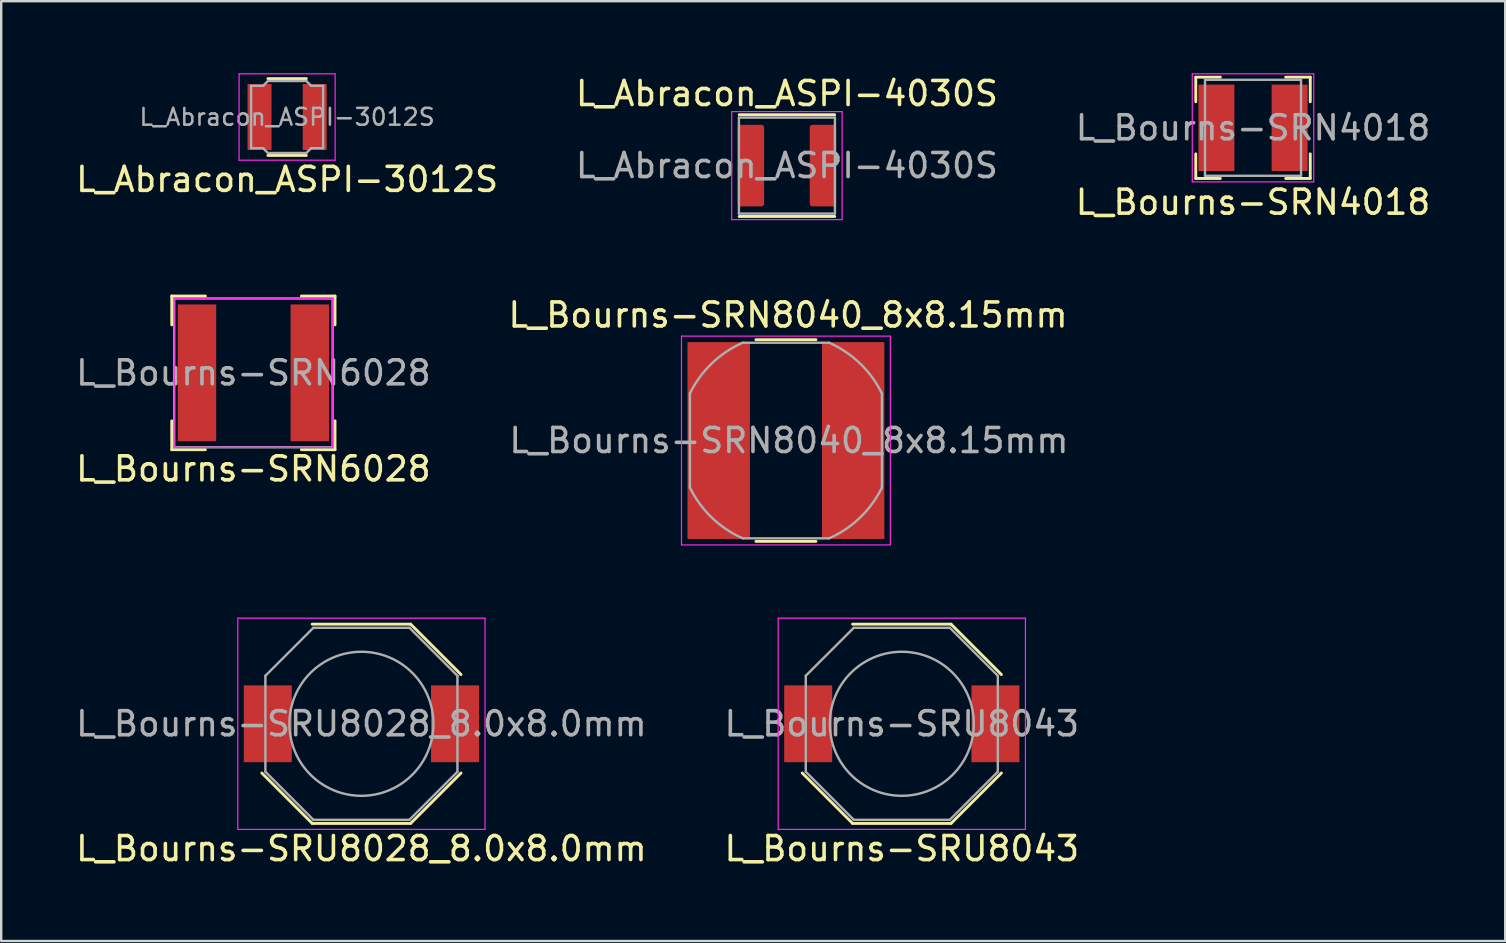
<source format=kicad_pcb>
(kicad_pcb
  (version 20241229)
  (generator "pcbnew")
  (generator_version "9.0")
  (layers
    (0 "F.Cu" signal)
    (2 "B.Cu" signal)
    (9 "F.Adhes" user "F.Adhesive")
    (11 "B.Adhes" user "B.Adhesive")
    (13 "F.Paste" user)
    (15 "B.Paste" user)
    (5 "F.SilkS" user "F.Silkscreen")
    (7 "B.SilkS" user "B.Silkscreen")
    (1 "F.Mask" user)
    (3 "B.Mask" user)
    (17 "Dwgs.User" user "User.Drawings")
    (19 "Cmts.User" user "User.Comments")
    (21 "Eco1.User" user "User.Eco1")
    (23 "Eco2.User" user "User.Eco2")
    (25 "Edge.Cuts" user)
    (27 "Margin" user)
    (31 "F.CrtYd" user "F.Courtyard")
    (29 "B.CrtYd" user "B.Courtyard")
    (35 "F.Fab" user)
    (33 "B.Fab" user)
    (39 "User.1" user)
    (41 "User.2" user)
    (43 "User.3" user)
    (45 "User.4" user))
  (footprint "L_Abracon_ASPI-4030S"
    (layer "F.Cu")
    (at 29.732 3.848)
    (property "Reference" "L_Abracon_ASPI-4030S" (at 0 -3 0) (layer "F.SilkS") (effects (font (size 1 1) (thickness 0.15))))
    (attr smd)
    (fp_line (start -1.99 -2.12) (end 1.99 -2.12) (stroke (width 0.12) (type solid)) (layer "F.SilkS"))
    (fp_line (start -1.99 2.12) (end 1.99 2.12) (stroke (width 0.12) (type solid)) (layer "F.SilkS"))
    (fp_line (start -2.3 -2.25) (end -2.3 2.25) (stroke (width 0.05) (type solid)) (layer "F.CrtYd"))
    (fp_line (start -2.3 2.25) (end 2.3 2.25) (stroke (width 0.05) (type solid)) (layer "F.CrtYd"))
    (fp_line (start 2.3 -2.25) (end -2.3 -2.25) (stroke (width 0.05) (type solid)) (layer "F.CrtYd"))
    (fp_line (start 2.3 2.25) (end 2.3 -2.25) (stroke (width 0.05) (type solid)) (layer "F.CrtYd"))
    (fp_line (start -2 -2) (end 2 -2) (stroke (width 0.1) (type solid)) (layer "F.Fab"))
    (fp_line (start -2 2) (end -2 -2) (stroke (width 0.1) (type solid)) (layer "F.Fab"))
    (fp_line (start 2 -2) (end 2 2) (stroke (width 0.1) (type solid)) (layer "F.Fab"))
    (fp_line (start 2 2) (end -2 2) (stroke (width 0.1) (type solid)) (layer "F.Fab"))
    (fp_text user "${REFERENCE}" (at 0 0 0) (layer "F.Fab") (effects (font (size 1 1) (thickness 0.15))))
    (pad "1" smd roundrect (at -1.5 0) (size 1.1 3.4) (layers "F.Cu" "F.Mask" "F.Paste") (roundrect_rratio 0.1))
    (pad "2" smd roundrect (at 1.5 0) (size 1.1 3.4) (layers "F.Cu" "F.Mask" "F.Paste") (roundrect_rratio 0.1)))
  (footprint "L_Abracon_ASPI-3012S"
    (layer "F.Cu")
    (at 8.911 1.825)
    (property "Reference" "L_Abracon_ASPI-3012S" (at 0 2.6 0) (layer "F.SilkS") (effects (font (size 1 1) (thickness 0.15))))
    (attr smd)
    (fp_line (start -0.8 -1.6) (end 0.8 -1.6) (stroke (width 0.12) (type solid)) (layer "F.SilkS"))
    (fp_line (start -0.8 1.6) (end 0.8 1.6) (stroke (width 0.12) (type solid)) (layer "F.SilkS"))
    (fp_line (start -2 -1.8) (end -2 1.8) (stroke (width 0.05) (type solid)) (layer "F.CrtYd"))
    (fp_line (start -2 1.8) (end 2 1.8) (stroke (width 0.05) (type solid)) (layer "F.CrtYd"))
    (fp_line (start 2 -1.8) (end -2 -1.8) (stroke (width 0.05) (type solid)) (layer "F.CrtYd"))
    (fp_line (start 2 1.8) (end 2 -1.8) (stroke (width 0.05) (type solid)) (layer "F.CrtYd"))
    (fp_line (start -1.5 -1.3) (end -1.5 1.3) (stroke (width 0.1) (type solid)) (layer "F.Fab"))
    (fp_line (start -1.5 1.3) (end -1 1.3) (stroke (width 0.1) (type solid)) (layer "F.Fab"))
    (fp_line (start -1 -1.3) (end -1.5 -1.3) (stroke (width 0.1) (type solid)) (layer "F.Fab"))
    (fp_line (start -1 1.3) (end -0.8 1.5) (stroke (width 0.1) (type solid)) (layer "F.Fab"))
    (fp_line (start -0.8 -1.5) (end -1 -1.3) (stroke (width 0.1) (type solid)) (layer "F.Fab"))
    (fp_line (start -0.8 1.5) (end 0.8 1.5) (stroke (width 0.1) (type solid)) (layer "F.Fab"))
    (fp_line (start 0.8 -1.5) (end -0.8 -1.5) (stroke (width 0.1) (type solid)) (layer "F.Fab"))
    (fp_line (start 0.8 1.5) (end 1 1.3) (stroke (width 0.1) (type solid)) (layer "F.Fab"))
    (fp_line (start 1 -1.3) (end 0.8 -1.5) (stroke (width 0.1) (type solid)) (layer "F.Fab"))
    (fp_line (start 1 1.3) (end 1.5 1.3) (stroke (width 0.1) (type solid)) (layer "F.Fab"))
    (fp_line (start 1.5 -1.3) (end 1 -1.3) (stroke (width 0.1) (type solid)) (layer "F.Fab"))
    (fp_line (start 1.5 1.3) (end 1.5 -1.3) (stroke (width 0.1) (type solid)) (layer "F.Fab"))
    (fp_text user "${REFERENCE}" (at 0 0 0) (layer "F.Fab") (effects (font (size 0.7 0.7) (thickness 0.105))))
    (pad "1" smd rect (at -1.15 0) (size 1 2.75) (layers "F.Cu" "F.Mask" "F.Paste"))
    (pad "2" smd rect (at 1.15 0) (size 1 2.75) (layers "F.Cu" "F.Mask" "F.Paste")))
  (footprint "L_Bourns-SRN8040_8x8.15mm"
    (layer "F.Cu")
    (at 29.69 15.302)
    (property "Reference" "L_Bourns-SRN8040_8x8.15mm" (at 0.09 -5.23 0) (layer "F.SilkS") (effects (font (size 1 1) (thickness 0.15))))
    (attr smd)
    (fp_line (start -1.25 4.2) (end 1.25 4.2) (stroke (width 0.12) (type solid)) (layer "F.SilkS"))
    (fp_line (start 1.25 -4.2) (end -1.25 -4.2) (stroke (width 0.12) (type solid)) (layer "F.SilkS"))
    (fp_line (start -4.35 -4.35) (end -4.35 4.35) (stroke (width 0.05) (type solid)) (layer "F.CrtYd"))
    (fp_line (start -4.35 -4.35) (end 4.35 -4.35) (stroke (width 0.05) (type solid)) (layer "F.CrtYd"))
    (fp_line (start -4.35 4.35) (end 4.35 4.35) (stroke (width 0.05) (type solid)) (layer "F.CrtYd"))
    (fp_line (start 4.35 -4.35) (end 4.35 4.35) (stroke (width 0.05) (type solid)) (layer "F.CrtYd"))
    (fp_line (start -4 -1.96) (end -4 1.96) (stroke (width 0.1) (type solid)) (layer "F.Fab"))
    (fp_line (start -1.8 -4.075) (end 1.8 -4.075) (stroke (width 0.1) (type solid)) (layer "F.Fab"))
    (fp_line (start 1.8 4.075) (end -1.8 4.075) (stroke (width 0.1) (type solid)) (layer "F.Fab"))
    (fp_line (start 4 -1.96) (end 4 1.96) (stroke (width 0.1) (type solid)) (layer "F.Fab"))
    (fp_arc (start -3.99824 -1.964613) (mid -3.085179 -3.213611) (end -1.8 -4.075) (stroke (width 0.1) (type solid)) (layer "F.Fab"))
    (fp_arc (start -1.804314 4.072598) (mid -3.088411 3.209878) (end -4 1.96) (stroke (width 0.1) (type solid)) (layer "F.Fab"))
    (fp_arc (start 1.799817 -4.074587) (mid 3.086639 -3.211582) (end 4 -1.96) (stroke (width 0.1) (type solid)) (layer "F.Fab"))
    (fp_arc (start 3.99824 1.964613) (mid 3.085179 3.213611) (end 1.8 4.075) (stroke (width 0.1) (type solid)) (layer "F.Fab"))
    (fp_text user "${REFERENCE}" (at 0.127 0 0) (layer "F.Fab") (effects (font (size 1 1) (thickness 0.15))))
    (pad "1" smd rect (at -2.8 0) (size 2.6 8.2) (layers "F.Cu" "F.Mask" "F.Paste"))
    (pad "2" smd rect (at 2.8 0) (size 2.6 8.2) (layers "F.Cu" "F.Mask" "F.Paste")))
  (footprint "L_Bourns-SRU8043"
    (layer "F.Cu")
    (at 34.518 27.102)
    (property "Reference" "L_Bourns-SRU8043" (at 0 5.2 0) (layer "F.SilkS") (effects (font (size 1 1) (thickness 0.15))))
    (attr smd)
    (fp_line (start -2.05 -4.15) (end 2.05 -4.15) (stroke (width 0.12) (type solid)) (layer "F.SilkS"))
    (fp_line (start -2.05 4.15) (end -4.15 2.05) (stroke (width 0.12) (type solid)) (layer "F.SilkS"))
    (fp_line (start 2.05 -4.15) (end 4.15 -2.05) (stroke (width 0.12) (type solid)) (layer "F.SilkS"))
    (fp_line (start 2.05 4.15) (end -2.05 4.15) (stroke (width 0.12) (type solid)) (layer "F.SilkS"))
    (fp_line (start 2.05 4.15) (end 4.15 2.05) (stroke (width 0.12) (type solid)) (layer "F.SilkS"))
    (fp_line (start -5.15 -4.4) (end 5.15 -4.4) (stroke (width 0.05) (type solid)) (layer "F.CrtYd"))
    (fp_line (start -5.15 4.4) (end -5.15 -4.4) (stroke (width 0.05) (type solid)) (layer "F.CrtYd"))
    (fp_line (start 5.15 -4.4) (end 5.15 4.4) (stroke (width 0.05) (type solid)) (layer "F.CrtYd"))
    (fp_line (start 5.15 4.4) (end -5.15 4.4) (stroke (width 0.05) (type solid)) (layer "F.CrtYd"))
    (fp_line (start -4 -2) (end -2 -4) (stroke (width 0.1) (type solid)) (layer "F.Fab"))
    (fp_line (start -4 2) (end -4 -2) (stroke (width 0.1) (type solid)) (layer "F.Fab"))
    (fp_line (start -2 -4) (end 2 -4) (stroke (width 0.1) (type solid)) (layer "F.Fab"))
    (fp_line (start -2 4) (end -4 2) (stroke (width 0.1) (type solid)) (layer "F.Fab"))
    (fp_line (start 2 -4) (end 4 -2) (stroke (width 0.1) (type solid)) (layer "F.Fab"))
    (fp_line (start 2 4) (end -2 4) (stroke (width 0.1) (type solid)) (layer "F.Fab"))
    (fp_line (start 4 -2) (end 4 2) (stroke (width 0.1) (type solid)) (layer "F.Fab"))
    (fp_line (start 4 2) (end 2 4) (stroke (width 0.1) (type solid)) (layer "F.Fab"))
    (fp_circle (center 0 0) (end 0 -3) (stroke (width 0.1) (type solid)) (fill no) (layer "F.Fab"))
    (fp_text user "${REFERENCE}" (at 0 0 0) (layer "F.Fab") (effects (font (size 1 1) (thickness 0.15))))
    (pad "1" smd rect (at -3.9 0) (size 2 3.2) (layers "F.Cu" "F.Mask" "F.Paste"))
    (pad "2" smd rect (at 3.9 0) (size 2 3.2) (layers "F.Cu" "F.Mask" "F.Paste")))
  (footprint "L_Bourns-SRN6028"
    (layer "F.Cu")
    (at 7.506 12.483)
    (property "Reference" "L_Bourns-SRN6028" (at 0 4 0) (layer "F.SilkS") (effects (font (size 1 1) (thickness 0.15))))
    (attr smd)
    (fp_line (start -3.4 -3.2) (end -3.4 -2) (stroke (width 0.12) (type solid)) (layer "F.SilkS"))
    (fp_line (start -3.4 -3.2) (end -2 -3.2) (stroke (width 0.12) (type solid)) (layer "F.SilkS"))
    (fp_line (start -3.4 3.2) (end -3.4 2) (stroke (width 0.12) (type solid)) (layer "F.SilkS"))
    (fp_line (start -3.4 3.2) (end -2 3.2) (stroke (width 0.12) (type solid)) (layer "F.SilkS"))
    (fp_line (start 3.4 -3.2) (end 2 -3.2) (stroke (width 0.12) (type solid)) (layer "F.SilkS"))
    (fp_line (start 3.4 -3.2) (end 3.4 -2) (stroke (width 0.12) (type solid)) (layer "F.SilkS"))
    (fp_line (start 3.4 3.2) (end 2 3.2) (stroke (width 0.12) (type solid)) (layer "F.SilkS"))
    (fp_line (start 3.4 3.2) (end 3.4 2) (stroke (width 0.12) (type solid)) (layer "F.SilkS"))
    (fp_line (start -3.3 -3.1) (end -3.3 3.1) (stroke (width 0.05) (type solid)) (layer "F.CrtYd"))
    (fp_line (start -3.3 -3.1) (end 3.3 -3.1) (stroke (width 0.05) (type solid)) (layer "F.CrtYd"))
    (fp_line (start 3.3 -3.1) (end 3.3 3.1) (stroke (width 0.05) (type solid)) (layer "F.CrtYd"))
    (fp_line (start 3.3 3.1) (end -3.3 3.1) (stroke (width 0.05) (type solid)) (layer "F.CrtYd"))
    (fp_line (start -3.3 -3.1) (end -3.3 3.1) (stroke (width 0.1) (type solid)) (layer "F.Fab"))
    (fp_line (start -3.3 -3.1) (end 3.3 -3.1) (stroke (width 0.1) (type solid)) (layer "F.Fab"))
    (fp_line (start 3.3 -3.1) (end 3.3 3.1) (stroke (width 0.1) (type solid)) (layer "F.Fab"))
    (fp_line (start 3.3 3.1) (end -3.3 3.1) (stroke (width 0.1) (type solid)) (layer "F.Fab"))
    (fp_text user "${REFERENCE}" (at 0 0 0) (layer "F.Fab") (effects (font (size 1 1) (thickness 0.15))))
    (pad "1" smd rect (at -2.35 0) (size 1.6 5.7) (layers "F.Cu" "F.Mask" "F.Paste"))
    (pad "2" smd rect (at 2.35 0) (size 1.6 5.7) (layers "F.Cu" "F.Mask" "F.Paste")))
  (footprint "L_Bourns-SRU8028_8.0x8.0mm"
    (layer "F.Cu")
    (at 12.006 27.102)
    (property "Reference" "L_Bourns-SRU8028_8.0x8.0mm" (at 0 5.2 0) (layer "F.SilkS") (effects (font (size 1 1) (thickness 0.15))))
    (attr smd)
    (fp_line (start -2.05 -4.15) (end 2.05 -4.15) (stroke (width 0.12) (type solid)) (layer "F.SilkS"))
    (fp_line (start -2.05 4.15) (end -4.15 2.05) (stroke (width 0.12) (type solid)) (layer "F.SilkS"))
    (fp_line (start 2.05 -4.15) (end 4.15 -2.05) (stroke (width 0.12) (type solid)) (layer "F.SilkS"))
    (fp_line (start 2.05 4.15) (end -2.05 4.15) (stroke (width 0.12) (type solid)) (layer "F.SilkS"))
    (fp_line (start 2.05 4.15) (end 4.15 2.05) (stroke (width 0.12) (type solid)) (layer "F.SilkS"))
    (fp_line (start -5.15 -4.4) (end 5.15 -4.4) (stroke (width 0.05) (type solid)) (layer "F.CrtYd"))
    (fp_line (start -5.15 4.4) (end -5.15 -4.4) (stroke (width 0.05) (type solid)) (layer "F.CrtYd"))
    (fp_line (start 5.15 -4.4) (end 5.15 4.4) (stroke (width 0.05) (type solid)) (layer "F.CrtYd"))
    (fp_line (start 5.15 4.4) (end -5.15 4.4) (stroke (width 0.05) (type solid)) (layer "F.CrtYd"))
    (fp_line (start -4 -2) (end -2 -4) (stroke (width 0.1) (type solid)) (layer "F.Fab"))
    (fp_line (start -4 2) (end -4 -2) (stroke (width 0.1) (type solid)) (layer "F.Fab"))
    (fp_line (start -2 -4) (end 2 -4) (stroke (width 0.1) (type solid)) (layer "F.Fab"))
    (fp_line (start -2 4) (end -4 2) (stroke (width 0.1) (type solid)) (layer "F.Fab"))
    (fp_line (start 2 -4) (end 4 -2) (stroke (width 0.1) (type solid)) (layer "F.Fab"))
    (fp_line (start 2 4) (end -2 4) (stroke (width 0.1) (type solid)) (layer "F.Fab"))
    (fp_line (start 4 -2) (end 4 2) (stroke (width 0.1) (type solid)) (layer "F.Fab"))
    (fp_line (start 4 2) (end 2 4) (stroke (width 0.1) (type solid)) (layer "F.Fab"))
    (fp_circle (center 0 0) (end 0 -3) (stroke (width 0.1) (type solid)) (fill no) (layer "F.Fab"))
    (fp_text user "${REFERENCE}" (at 0 0 0) (layer "F.Fab") (effects (font (size 1 1) (thickness 0.15))))
    (pad "1" smd rect (at -3.9 0) (size 2 3.2) (layers "F.Cu" "F.Mask" "F.Paste"))
    (pad "2" smd rect (at 3.9 0) (size 2 3.2) (layers "F.Cu" "F.Mask" "F.Paste")))
  (footprint "L_Bourns-SRN4018"
    (layer "F.Cu")
    (at 49.149 2.275)
    (property "Reference" "L_Bourns-SRN4018" (at 0 3.1 0) (layer "F.SilkS") (effects (font (size 1 1) (thickness 0.15))))
    (attr smd)
    (fp_line (start -2.385 -2.11) (end -2.385 -1.085) (stroke (width 0.12) (type solid)) (layer "F.SilkS"))
    (fp_line (start -2.385 -2.11) (end -1.36 -2.11) (stroke (width 0.12) (type solid)) (layer "F.SilkS"))
    (fp_line (start -2.385 2.11) (end -2.385 1.085) (stroke (width 0.12) (type solid)) (layer "F.SilkS"))
    (fp_line (start -2.385 2.11) (end -1.36 2.11) (stroke (width 0.12) (type solid)) (layer "F.SilkS"))
    (fp_line (start 2.385 -2.11) (end 1.36 -2.11) (stroke (width 0.12) (type solid)) (layer "F.SilkS"))
    (fp_line (start 2.385 -2.11) (end 2.385 -1.085) (stroke (width 0.12) (type solid)) (layer "F.SilkS"))
    (fp_line (start 2.385 2.11) (end 1.36 2.11) (stroke (width 0.12) (type solid)) (layer "F.SilkS"))
    (fp_line (start 2.385 2.11) (end 2.385 1.085) (stroke (width 0.12) (type solid)) (layer "F.SilkS"))
    (fp_line (start -2.53 -2.25) (end -2.53 2.25) (stroke (width 0.05) (type solid)) (layer "F.CrtYd"))
    (fp_line (start -2.53 -2.25) (end 2.53 -2.25) (stroke (width 0.05) (type solid)) (layer "F.CrtYd"))
    (fp_line (start -2.53 2.25) (end 2.53 2.25) (stroke (width 0.05) (type solid)) (layer "F.CrtYd"))
    (fp_line (start 2.53 -2.25) (end 2.53 2.25) (stroke (width 0.05) (type solid)) (layer "F.CrtYd"))
    (fp_line (start -2 -2) (end -2 2) (stroke (width 0.1) (type solid)) (layer "F.Fab"))
    (fp_line (start -2 -2) (end 2 -2) (stroke (width 0.1) (type solid)) (layer "F.Fab"))
    (fp_line (start 2 -2) (end 2 2) (stroke (width 0.1) (type solid)) (layer "F.Fab"))
    (fp_line (start 2 2) (end -2 2) (stroke (width 0.1) (type solid)) (layer "F.Fab"))
    (fp_text user "${REFERENCE}" (at 0 0 0) (layer "F.Fab") (effects (font (size 1 1) (thickness 0.15))))
    (pad "1" smd rect (at -1.525 0) (size 1.5 3.6) (layers "F.Cu" "F.Mask" "F.Paste"))
    (pad "2" smd rect (at 1.525 0) (size 1.5 3.6) (layers "F.Cu" "F.Mask" "F.Paste")))
  (gr_rect
    (start -3 -3)
    (end 59.655 36.15)
    (stroke (width 0.1) (type default))
    (fill no)
    (layer "Edge.Cuts")))
</source>
